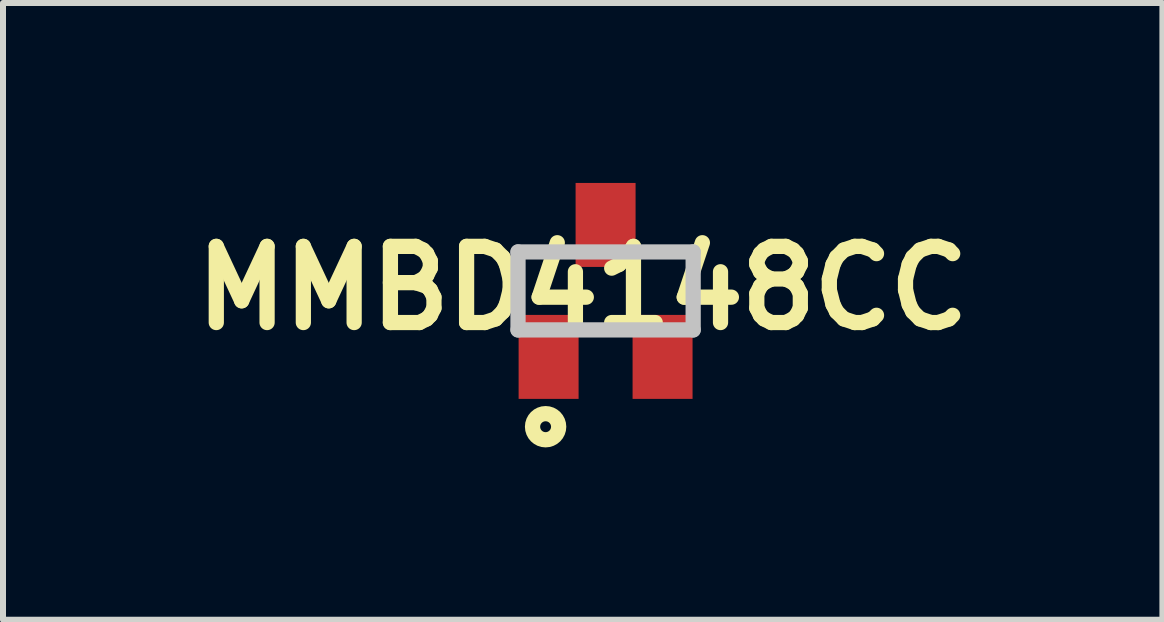
<source format=kicad_pcb>
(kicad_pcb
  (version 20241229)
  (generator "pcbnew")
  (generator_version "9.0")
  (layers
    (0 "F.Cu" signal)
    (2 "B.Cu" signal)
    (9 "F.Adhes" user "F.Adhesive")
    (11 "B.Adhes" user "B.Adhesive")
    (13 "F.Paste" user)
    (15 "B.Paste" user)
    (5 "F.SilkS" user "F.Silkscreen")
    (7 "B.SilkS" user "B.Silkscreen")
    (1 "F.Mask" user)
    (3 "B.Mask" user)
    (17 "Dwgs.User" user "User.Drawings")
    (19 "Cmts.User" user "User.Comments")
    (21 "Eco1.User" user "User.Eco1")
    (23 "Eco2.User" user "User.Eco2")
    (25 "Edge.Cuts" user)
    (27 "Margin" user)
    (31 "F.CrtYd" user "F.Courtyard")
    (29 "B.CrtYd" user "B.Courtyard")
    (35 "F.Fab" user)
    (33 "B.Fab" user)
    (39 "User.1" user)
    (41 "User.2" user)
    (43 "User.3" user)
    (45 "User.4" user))
  (footprint "MMBD4148CC"
    (layer "F.Cu")
    (at 7.046 1.8)
    (property "Reference" "MMBD4148CC" (at -0.382 -0.047 0) (layer "F.SilkS") (effects (font (size 1.27 1.27) (thickness 0.254))))
    (attr smd)
    (fp_circle (center -1 2.264) (end -1 2.355) (stroke (width 0.254) (type solid)) (fill no) (layer "F.SilkS"))
    (fp_line (start -1.46 -0.65) (end 1.46 -0.65) (stroke (width 0.254) (type solid)) (layer "Dwgs.User"))
    (fp_line (start -1.46 0.65) (end -1.46 -0.65) (stroke (width 0.254) (type solid)) (layer "Dwgs.User"))
    (fp_line (start 1.46 -0.65) (end 1.46 0.65) (stroke (width 0.254) (type solid)) (layer "Dwgs.User"))
    (fp_line (start 1.46 0.65) (end -1.46 0.65) (stroke (width 0.254) (type solid)) (layer "Dwgs.User"))
    (pad "1" smd rect (at -0.95 1.1) (size 1 1.4) (layers "F.Cu" "F.Paste"))
    (pad "2" smd rect (at 0.95 1.1) (size 1 1.4) (layers "F.Cu" "F.Paste"))
    (pad "3" smd rect (at 0 -1.1) (size 1 1.4) (layers "F.Cu" "F.Paste")))
  (gr_rect
    (start -3 -3)
    (end 16.329 7.282)
    (stroke (width 0.1) (type default))
    (fill no)
    (layer "Edge.Cuts")))
</source>
